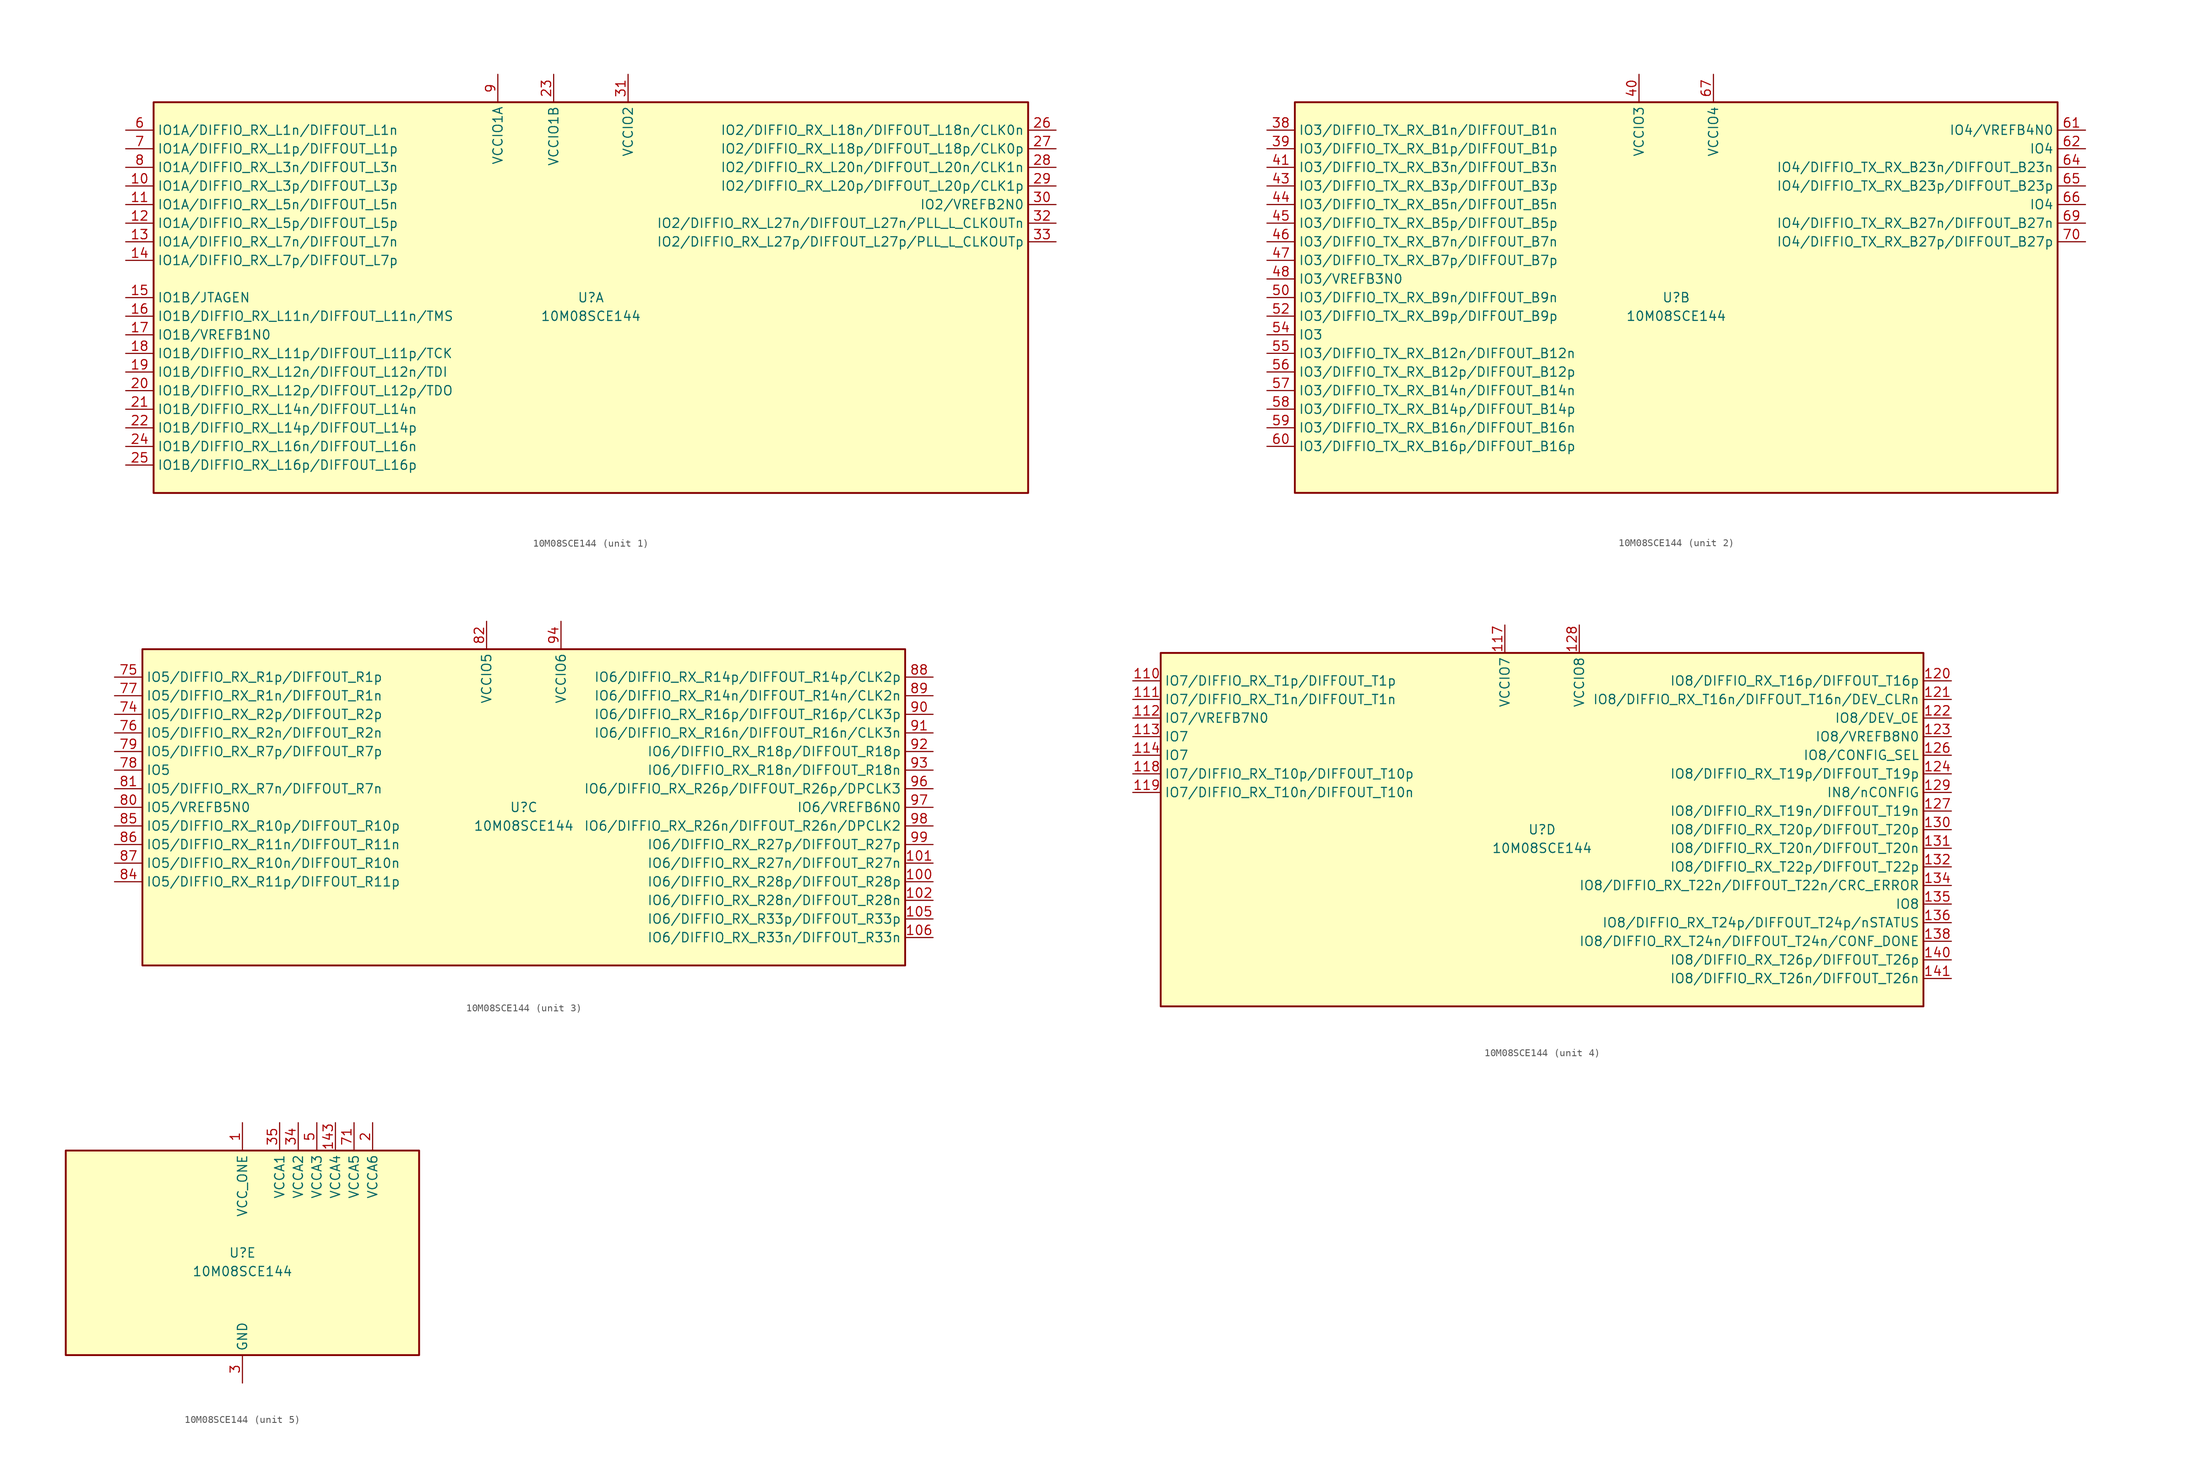
<source format=kicad_sym>
(kicad_symbol_lib
  (version 20220914)
  (generator kicad_symbol_editor)
  (symbol "10M08SCE144"
    (property "Reference" "U"
      (at 0 0 0)
      (effects (font (size 1.27 1.27))))
    (property "Value" "10M08SCE144"
      (at 0 -2.54 0)
      (effects (font (size 1.27 1.27))))
    (property "ki_locked" ""
      (at 0 0 0)
      (effects (font (size 1.27 1.27))))
    (symbol "10M08SCE144_1_1"
      (rectangle (start -59.69 26.67) (end 59.69 -26.67) (stroke (width 0.254) (type default)) (fill (type background)))
      (pin bidirectional line (at -63.5 15.24 0) (length 3.81) (name "IO1A/DIFFIO_RX_L3p/DIFFOUT_L3p" (effects (font (size 1.27 1.27)))) (number "10" (effects (font (size 1.27 1.27)))))
      (pin bidirectional line (at -63.5 12.7 0) (length 3.81) (name "IO1A/DIFFIO_RX_L5n/DIFFOUT_L5n" (effects (font (size 1.27 1.27)))) (number "11" (effects (font (size 1.27 1.27)))))
      (pin bidirectional line (at -63.5 10.16 0) (length 3.81) (name "IO1A/DIFFIO_RX_L5p/DIFFOUT_L5p" (effects (font (size 1.27 1.27)))) (number "12" (effects (font (size 1.27 1.27)))))
      (pin bidirectional line (at -63.5 7.62 0) (length 3.81) (name "IO1A/DIFFIO_RX_L7n/DIFFOUT_L7n" (effects (font (size 1.27 1.27)))) (number "13" (effects (font (size 1.27 1.27)))))
      (pin bidirectional line (at -63.5 5.08 0) (length 3.81) (name "IO1A/DIFFIO_RX_L7p/DIFFOUT_L7p" (effects (font (size 1.27 1.27)))) (number "14" (effects (font (size 1.27 1.27)))))
      (pin bidirectional line (at -63.5 0 0) (length 3.81) (name "IO1B/JTAGEN" (effects (font (size 1.27 1.27)))) (number "15" (effects (font (size 1.27 1.27)))))
      (pin bidirectional line (at -63.5 -2.54 0) (length 3.81) (name "IO1B/DIFFIO_RX_L11n/DIFFOUT_L11n/TMS" (effects (font (size 1.27 1.27)))) (number "16" (effects (font (size 1.27 1.27)))))
      (pin bidirectional line (at -63.5 -5.08 0) (length 3.81) (name "IO1B/VREFB1N0" (effects (font (size 1.27 1.27)))) (number "17" (effects (font (size 1.27 1.27)))))
      (pin bidirectional line (at -63.5 -7.62 0) (length 3.81) (name "IO1B/DIFFIO_RX_L11p/DIFFOUT_L11p/TCK" (effects (font (size 1.27 1.27)))) (number "18" (effects (font (size 1.27 1.27)))))
      (pin bidirectional line (at -63.5 -10.16 0) (length 3.81) (name "IO1B/DIFFIO_RX_L12n/DIFFOUT_L12n/TDI" (effects (font (size 1.27 1.27)))) (number "19" (effects (font (size 1.27 1.27)))))
      (pin bidirectional line (at -63.5 -12.7 0) (length 3.81) (name "IO1B/DIFFIO_RX_L12p/DIFFOUT_L12p/TDO" (effects (font (size 1.27 1.27)))) (number "20" (effects (font (size 1.27 1.27)))))
      (pin bidirectional line (at -63.5 -15.24 0) (length 3.81) (name "IO1B/DIFFIO_RX_L14n/DIFFOUT_L14n" (effects (font (size 1.27 1.27)))) (number "21" (effects (font (size 1.27 1.27)))))
      (pin bidirectional line (at -63.5 -17.78 0) (length 3.81) (name "IO1B/DIFFIO_RX_L14p/DIFFOUT_L14p" (effects (font (size 1.27 1.27)))) (number "22" (effects (font (size 1.27 1.27)))))
      (pin power_in line (at -5.08 30.48 270) (length 3.81) (name "VCCIO1B" (effects (font (size 1.27 1.27)))) (number "23" (effects (font (size 1.27 1.27)))))
      (pin bidirectional line (at -63.5 -20.32 0) (length 3.81) (name "IO1B/DIFFIO_RX_L16n/DIFFOUT_L16n" (effects (font (size 1.27 1.27)))) (number "24" (effects (font (size 1.27 1.27)))))
      (pin bidirectional line (at -63.5 -22.86 0) (length 3.81) (name "IO1B/DIFFIO_RX_L16p/DIFFOUT_L16p" (effects (font (size 1.27 1.27)))) (number "25" (effects (font (size 1.27 1.27)))))
      (pin bidirectional line (at 63.5 22.86 180) (length 3.81) (name "IO2/DIFFIO_RX_L18n/DIFFOUT_L18n/CLK0n" (effects (font (size 1.27 1.27)))) (number "26" (effects (font (size 1.27 1.27)))))
      (pin bidirectional line (at 63.5 20.32 180) (length 3.81) (name "IO2/DIFFIO_RX_L18p/DIFFOUT_L18p/CLK0p" (effects (font (size 1.27 1.27)))) (number "27" (effects (font (size 1.27 1.27)))))
      (pin bidirectional line (at 63.5 17.78 180) (length 3.81) (name "IO2/DIFFIO_RX_L20n/DIFFOUT_L20n/CLK1n" (effects (font (size 1.27 1.27)))) (number "28" (effects (font (size 1.27 1.27)))))
      (pin bidirectional line (at 63.5 15.24 180) (length 3.81) (name "IO2/DIFFIO_RX_L20p/DIFFOUT_L20p/CLK1p" (effects (font (size 1.27 1.27)))) (number "29" (effects (font (size 1.27 1.27)))))
      (pin bidirectional line (at 63.5 12.7 180) (length 3.81) (name "IO2/VREFB2N0" (effects (font (size 1.27 1.27)))) (number "30" (effects (font (size 1.27 1.27)))))
      (pin power_in line (at 5.08 30.48 270) (length 3.81) (name "VCCIO2" (effects (font (size 1.27 1.27)))) (number "31" (effects (font (size 1.27 1.27)))))
      (pin bidirectional line (at 63.5 10.16 180) (length 3.81) (name "IO2/DIFFIO_RX_L27n/DIFFOUT_L27n/PLL_L_CLKOUTn" (effects (font (size 1.27 1.27)))) (number "32" (effects (font (size 1.27 1.27)))))
      (pin bidirectional line (at 63.5 7.62 180) (length 3.81) (name "IO2/DIFFIO_RX_L27p/DIFFOUT_L27p/PLL_L_CLKOUTp" (effects (font (size 1.27 1.27)))) (number "33" (effects (font (size 1.27 1.27)))))
      (pin bidirectional line (at -63.5 22.86 0) (length 3.81) (name "IO1A/DIFFIO_RX_L1n/DIFFOUT_L1n" (effects (font (size 1.27 1.27)))) (number "6" (effects (font (size 1.27 1.27)))))
      (pin bidirectional line (at -63.5 20.32 0) (length 3.81) (name "IO1A/DIFFIO_RX_L1p/DIFFOUT_L1p" (effects (font (size 1.27 1.27)))) (number "7" (effects (font (size 1.27 1.27)))))
      (pin bidirectional line (at -63.5 17.78 0) (length 3.81) (name "IO1A/DIFFIO_RX_L3n/DIFFOUT_L3n" (effects (font (size 1.27 1.27)))) (number "8" (effects (font (size 1.27 1.27)))))
      (pin power_in line (at -12.7 30.48 270) (length 3.81) (name "VCCIO1A" (effects (font (size 1.27 1.27)))) (number "9" (effects (font (size 1.27 1.27))))))
    (symbol "10M08SCE144_2_1"
      (rectangle (start -52.07 26.67) (end 52.07 -26.67) (stroke (width 0.254) (type default)) (fill (type background)))
      (pin bidirectional line (at -55.88 22.86 0) (length 3.81) (name "IO3/DIFFIO_TX_RX_B1n/DIFFOUT_B1n" (effects (font (size 1.27 1.27)))) (number "38" (effects (font (size 1.27 1.27)))))
      (pin bidirectional line (at -55.88 20.32 0) (length 3.81) (name "IO3/DIFFIO_TX_RX_B1p/DIFFOUT_B1p" (effects (font (size 1.27 1.27)))) (number "39" (effects (font (size 1.27 1.27)))))
      (pin power_in line (at -5.08 30.48 270) (length 3.81) (name "VCCIO3" (effects (font (size 1.27 1.27)))) (number "40" (effects (font (size 1.27 1.27)))))
      (pin bidirectional line (at -55.88 17.78 0) (length 3.81) (name "IO3/DIFFIO_TX_RX_B3n/DIFFOUT_B3n" (effects (font (size 1.27 1.27)))) (number "41" (effects (font (size 1.27 1.27)))))
      (pin bidirectional line (at -55.88 15.24 0) (length 3.81) (name "IO3/DIFFIO_TX_RX_B3p/DIFFOUT_B3p" (effects (font (size 1.27 1.27)))) (number "43" (effects (font (size 1.27 1.27)))))
      (pin bidirectional line (at -55.88 12.7 0) (length 3.81) (name "IO3/DIFFIO_TX_RX_B5n/DIFFOUT_B5n" (effects (font (size 1.27 1.27)))) (number "44" (effects (font (size 1.27 1.27)))))
      (pin bidirectional line (at -55.88 10.16 0) (length 3.81) (name "IO3/DIFFIO_TX_RX_B5p/DIFFOUT_B5p" (effects (font (size 1.27 1.27)))) (number "45" (effects (font (size 1.27 1.27)))))
      (pin bidirectional line (at -55.88 7.62 0) (length 3.81) (name "IO3/DIFFIO_TX_RX_B7n/DIFFOUT_B7n" (effects (font (size 1.27 1.27)))) (number "46" (effects (font (size 1.27 1.27)))))
      (pin bidirectional line (at -55.88 5.08 0) (length 3.81) (name "IO3/DIFFIO_TX_RX_B7p/DIFFOUT_B7p" (effects (font (size 1.27 1.27)))) (number "47" (effects (font (size 1.27 1.27)))))
      (pin bidirectional line (at -55.88 2.54 0) (length 3.81) (name "IO3/VREFB3N0" (effects (font (size 1.27 1.27)))) (number "48" (effects (font (size 1.27 1.27)))))
      (pin passive line (at -5.08 30.48 270) (length 3.81) hide (name "VCCIO3" (effects (font (size 1.27 1.27)))) (number "49" (effects (font (size 1.27 1.27)))))
      (pin bidirectional line (at -55.88 0 0) (length 3.81) (name "IO3/DIFFIO_TX_RX_B9n/DIFFOUT_B9n" (effects (font (size 1.27 1.27)))) (number "50" (effects (font (size 1.27 1.27)))))
      (pin bidirectional line (at -55.88 -2.54 0) (length 3.81) (name "IO3/DIFFIO_TX_RX_B9p/DIFFOUT_B9p" (effects (font (size 1.27 1.27)))) (number "52" (effects (font (size 1.27 1.27)))))
      (pin bidirectional line (at -55.88 -5.08 0) (length 3.81) (name "IO3" (effects (font (size 1.27 1.27)))) (number "54" (effects (font (size 1.27 1.27)))))
      (pin bidirectional line (at -55.88 -7.62 0) (length 3.81) (name "IO3/DIFFIO_TX_RX_B12n/DIFFOUT_B12n" (effects (font (size 1.27 1.27)))) (number "55" (effects (font (size 1.27 1.27)))))
      (pin bidirectional line (at -55.88 -10.16 0) (length 3.81) (name "IO3/DIFFIO_TX_RX_B12p/DIFFOUT_B12p" (effects (font (size 1.27 1.27)))) (number "56" (effects (font (size 1.27 1.27)))))
      (pin bidirectional line (at -55.88 -12.7 0) (length 3.81) (name "IO3/DIFFIO_TX_RX_B14n/DIFFOUT_B14n" (effects (font (size 1.27 1.27)))) (number "57" (effects (font (size 1.27 1.27)))))
      (pin bidirectional line (at -55.88 -15.24 0) (length 3.81) (name "IO3/DIFFIO_TX_RX_B14p/DIFFOUT_B14p" (effects (font (size 1.27 1.27)))) (number "58" (effects (font (size 1.27 1.27)))))
      (pin bidirectional line (at -55.88 -17.78 0) (length 3.81) (name "IO3/DIFFIO_TX_RX_B16n/DIFFOUT_B16n" (effects (font (size 1.27 1.27)))) (number "59" (effects (font (size 1.27 1.27)))))
      (pin bidirectional line (at -55.88 -20.32 0) (length 3.81) (name "IO3/DIFFIO_TX_RX_B16p/DIFFOUT_B16p" (effects (font (size 1.27 1.27)))) (number "60" (effects (font (size 1.27 1.27)))))
      (pin bidirectional line (at 55.88 22.86 180) (length 3.81) (name "IO4/VREFB4N0" (effects (font (size 1.27 1.27)))) (number "61" (effects (font (size 1.27 1.27)))))
      (pin bidirectional line (at 55.88 20.32 180) (length 3.81) (name "IO4" (effects (font (size 1.27 1.27)))) (number "62" (effects (font (size 1.27 1.27)))))
      (pin bidirectional line (at 55.88 17.78 180) (length 3.81) (name "IO4/DIFFIO_TX_RX_B23n/DIFFOUT_B23n" (effects (font (size 1.27 1.27)))) (number "64" (effects (font (size 1.27 1.27)))))
      (pin bidirectional line (at 55.88 15.24 180) (length 3.81) (name "IO4/DIFFIO_TX_RX_B23p/DIFFOUT_B23p" (effects (font (size 1.27 1.27)))) (number "65" (effects (font (size 1.27 1.27)))))
      (pin bidirectional line (at 55.88 12.7 180) (length 3.81) (name "IO4" (effects (font (size 1.27 1.27)))) (number "66" (effects (font (size 1.27 1.27)))))
      (pin power_in line (at 5.08 30.48 270) (length 3.81) (name "VCCIO4" (effects (font (size 1.27 1.27)))) (number "67" (effects (font (size 1.27 1.27)))))
      (pin bidirectional line (at 55.88 10.16 180) (length 3.81) (name "IO4/DIFFIO_TX_RX_B27n/DIFFOUT_B27n" (effects (font (size 1.27 1.27)))) (number "69" (effects (font (size 1.27 1.27)))))
      (pin bidirectional line (at 55.88 7.62 180) (length 3.81) (name "IO4/DIFFIO_TX_RX_B27p/DIFFOUT_B27p" (effects (font (size 1.27 1.27)))) (number "70" (effects (font (size 1.27 1.27))))))
    (symbol "10M08SCE144_3_1"
      (rectangle (start -52.07 21.59) (end 52.07 -21.59) (stroke (width 0.254) (type default)) (fill (type background)))
      (pin bidirectional line (at 55.88 -10.16 180) (length 3.81) (name "IO6/DIFFIO_RX_R28p/DIFFOUT_R28p" (effects (font (size 1.27 1.27)))) (number "100" (effects (font (size 1.27 1.27)))))
      (pin bidirectional line (at 55.88 -7.62 180) (length 3.81) (name "IO6/DIFFIO_RX_R27n/DIFFOUT_R27n" (effects (font (size 1.27 1.27)))) (number "101" (effects (font (size 1.27 1.27)))))
      (pin bidirectional line (at 55.88 -12.7 180) (length 3.81) (name "IO6/DIFFIO_RX_R28n/DIFFOUT_R28n" (effects (font (size 1.27 1.27)))) (number "102" (effects (font (size 1.27 1.27)))))
      (pin passive line (at 5.08 25.4 270) (length 3.81) hide (name "VCCIO6" (effects (font (size 1.27 1.27)))) (number "103" (effects (font (size 1.27 1.27)))))
      (pin bidirectional line (at 55.88 -15.24 180) (length 3.81) (name "IO6/DIFFIO_RX_R33p/DIFFOUT_R33p" (effects (font (size 1.27 1.27)))) (number "105" (effects (font (size 1.27 1.27)))))
      (pin bidirectional line (at 55.88 -17.78 180) (length 3.81) (name "IO6/DIFFIO_RX_R33n/DIFFOUT_R33n" (effects (font (size 1.27 1.27)))) (number "106" (effects (font (size 1.27 1.27)))))
      (pin bidirectional line (at -55.88 12.7 0) (length 3.81) (name "IO5/DIFFIO_RX_R2p/DIFFOUT_R2p" (effects (font (size 1.27 1.27)))) (number "74" (effects (font (size 1.27 1.27)))))
      (pin bidirectional line (at -55.88 17.78 0) (length 3.81) (name "IO5/DIFFIO_RX_R1p/DIFFOUT_R1p" (effects (font (size 1.27 1.27)))) (number "75" (effects (font (size 1.27 1.27)))))
      (pin bidirectional line (at -55.88 10.16 0) (length 3.81) (name "IO5/DIFFIO_RX_R2n/DIFFOUT_R2n" (effects (font (size 1.27 1.27)))) (number "76" (effects (font (size 1.27 1.27)))))
      (pin bidirectional line (at -55.88 15.24 0) (length 3.81) (name "IO5/DIFFIO_RX_R1n/DIFFOUT_R1n" (effects (font (size 1.27 1.27)))) (number "77" (effects (font (size 1.27 1.27)))))
      (pin bidirectional line (at -55.88 5.08 0) (length 3.81) (name "IO5" (effects (font (size 1.27 1.27)))) (number "78" (effects (font (size 1.27 1.27)))))
      (pin bidirectional line (at -55.88 7.62 0) (length 3.81) (name "IO5/DIFFIO_RX_R7p/DIFFOUT_R7p" (effects (font (size 1.27 1.27)))) (number "79" (effects (font (size 1.27 1.27)))))
      (pin bidirectional line (at -55.88 0 0) (length 3.81) (name "IO5/VREFB5N0" (effects (font (size 1.27 1.27)))) (number "80" (effects (font (size 1.27 1.27)))))
      (pin bidirectional line (at -55.88 2.54 0) (length 3.81) (name "IO5/DIFFIO_RX_R7n/DIFFOUT_R7n" (effects (font (size 1.27 1.27)))) (number "81" (effects (font (size 1.27 1.27)))))
      (pin power_in line (at -5.08 25.4 270) (length 3.81) (name "VCCIO5" (effects (font (size 1.27 1.27)))) (number "82" (effects (font (size 1.27 1.27)))))
      (pin bidirectional line (at -55.88 -10.16 0) (length 3.81) (name "IO5/DIFFIO_RX_R11p/DIFFOUT_R11p" (effects (font (size 1.27 1.27)))) (number "84" (effects (font (size 1.27 1.27)))))
      (pin bidirectional line (at -55.88 -2.54 0) (length 3.81) (name "IO5/DIFFIO_RX_R10p/DIFFOUT_R10p" (effects (font (size 1.27 1.27)))) (number "85" (effects (font (size 1.27 1.27)))))
      (pin bidirectional line (at -55.88 -5.08 0) (length 3.81) (name "IO5/DIFFIO_RX_R11n/DIFFOUT_R11n" (effects (font (size 1.27 1.27)))) (number "86" (effects (font (size 1.27 1.27)))))
      (pin bidirectional line (at -55.88 -7.62 0) (length 3.81) (name "IO5/DIFFIO_RX_R10n/DIFFOUT_R10n" (effects (font (size 1.27 1.27)))) (number "87" (effects (font (size 1.27 1.27)))))
      (pin bidirectional line (at 55.88 17.78 180) (length 3.81) (name "IO6/DIFFIO_RX_R14p/DIFFOUT_R14p/CLK2p" (effects (font (size 1.27 1.27)))) (number "88" (effects (font (size 1.27 1.27)))))
      (pin bidirectional line (at 55.88 15.24 180) (length 3.81) (name "IO6/DIFFIO_RX_R14n/DIFFOUT_R14n/CLK2n" (effects (font (size 1.27 1.27)))) (number "89" (effects (font (size 1.27 1.27)))))
      (pin bidirectional line (at 55.88 12.7 180) (length 3.81) (name "IO6/DIFFIO_RX_R16p/DIFFOUT_R16p/CLK3p" (effects (font (size 1.27 1.27)))) (number "90" (effects (font (size 1.27 1.27)))))
      (pin bidirectional line (at 55.88 10.16 180) (length 3.81) (name "IO6/DIFFIO_RX_R16n/DIFFOUT_R16n/CLK3n" (effects (font (size 1.27 1.27)))) (number "91" (effects (font (size 1.27 1.27)))))
      (pin bidirectional line (at 55.88 7.62 180) (length 3.81) (name "IO6/DIFFIO_RX_R18p/DIFFOUT_R18p" (effects (font (size 1.27 1.27)))) (number "92" (effects (font (size 1.27 1.27)))))
      (pin bidirectional line (at 55.88 5.08 180) (length 3.81) (name "IO6/DIFFIO_RX_R18n/DIFFOUT_R18n" (effects (font (size 1.27 1.27)))) (number "93" (effects (font (size 1.27 1.27)))))
      (pin power_in line (at 5.08 25.4 270) (length 3.81) (name "VCCIO6" (effects (font (size 1.27 1.27)))) (number "94" (effects (font (size 1.27 1.27)))))
      (pin bidirectional line (at 55.88 2.54 180) (length 3.81) (name "IO6/DIFFIO_RX_R26p/DIFFOUT_R26p/DPCLK3" (effects (font (size 1.27 1.27)))) (number "96" (effects (font (size 1.27 1.27)))))
      (pin bidirectional line (at 55.88 0 180) (length 3.81) (name "IO6/VREFB6N0" (effects (font (size 1.27 1.27)))) (number "97" (effects (font (size 1.27 1.27)))))
      (pin bidirectional line (at 55.88 -2.54 180) (length 3.81) (name "IO6/DIFFIO_RX_R26n/DIFFOUT_R26n/DPCLK2" (effects (font (size 1.27 1.27)))) (number "98" (effects (font (size 1.27 1.27)))))
      (pin bidirectional line (at 55.88 -5.08 180) (length 3.81) (name "IO6/DIFFIO_RX_R27p/DIFFOUT_R27p" (effects (font (size 1.27 1.27)))) (number "99" (effects (font (size 1.27 1.27))))))
    (symbol "10M08SCE144_4_1"
      (rectangle (start -52.07 24.13) (end 52.07 -24.13) (stroke (width 0.254) (type default)) (fill (type background)))
      (pin bidirectional line (at -55.88 20.32 0) (length 3.81) (name "IO7/DIFFIO_RX_T1p/DIFFOUT_T1p" (effects (font (size 1.27 1.27)))) (number "110" (effects (font (size 1.27 1.27)))))
      (pin bidirectional line (at -55.88 17.78 0) (length 3.81) (name "IO7/DIFFIO_RX_T1n/DIFFOUT_T1n" (effects (font (size 1.27 1.27)))) (number "111" (effects (font (size 1.27 1.27)))))
      (pin bidirectional line (at -55.88 15.24 0) (length 3.81) (name "IO7/VREFB7N0" (effects (font (size 1.27 1.27)))) (number "112" (effects (font (size 1.27 1.27)))))
      (pin bidirectional line (at -55.88 12.7 0) (length 3.81) (name "IO7" (effects (font (size 1.27 1.27)))) (number "113" (effects (font (size 1.27 1.27)))))
      (pin bidirectional line (at -55.88 10.16 0) (length 3.81) (name "IO7" (effects (font (size 1.27 1.27)))) (number "114" (effects (font (size 1.27 1.27)))))
      (pin power_in line (at -5.08 27.94 270) (length 3.81) (name "VCCIO7" (effects (font (size 1.27 1.27)))) (number "117" (effects (font (size 1.27 1.27)))))
      (pin bidirectional line (at -55.88 7.62 0) (length 3.81) (name "IO7/DIFFIO_RX_T10p/DIFFOUT_T10p" (effects (font (size 1.27 1.27)))) (number "118" (effects (font (size 1.27 1.27)))))
      (pin bidirectional line (at -55.88 5.08 0) (length 3.81) (name "IO7/DIFFIO_RX_T10n/DIFFOUT_T10n" (effects (font (size 1.27 1.27)))) (number "119" (effects (font (size 1.27 1.27)))))
      (pin bidirectional line (at 55.88 20.32 180) (length 3.81) (name "IO8/DIFFIO_RX_T16p/DIFFOUT_T16p" (effects (font (size 1.27 1.27)))) (number "120" (effects (font (size 1.27 1.27)))))
      (pin bidirectional line (at 55.88 17.78 180) (length 3.81) (name "IO8/DIFFIO_RX_T16n/DIFFOUT_T16n/DEV_CLRn" (effects (font (size 1.27 1.27)))) (number "121" (effects (font (size 1.27 1.27)))))
      (pin bidirectional line (at 55.88 15.24 180) (length 3.81) (name "IO8/DEV_OE" (effects (font (size 1.27 1.27)))) (number "122" (effects (font (size 1.27 1.27)))))
      (pin bidirectional line (at 55.88 12.7 180) (length 3.81) (name "IO8/VREFB8N0" (effects (font (size 1.27 1.27)))) (number "123" (effects (font (size 1.27 1.27)))))
      (pin bidirectional line (at 55.88 7.62 180) (length 3.81) (name "IO8/DIFFIO_RX_T19p/DIFFOUT_T19p" (effects (font (size 1.27 1.27)))) (number "124" (effects (font (size 1.27 1.27)))))
      (pin bidirectional line (at 55.88 10.16 180) (length 3.81) (name "IO8/CONFIG_SEL" (effects (font (size 1.27 1.27)))) (number "126" (effects (font (size 1.27 1.27)))))
      (pin bidirectional line (at 55.88 2.54 180) (length 3.81) (name "IO8/DIFFIO_RX_T19n/DIFFOUT_T19n" (effects (font (size 1.27 1.27)))) (number "127" (effects (font (size 1.27 1.27)))))
      (pin power_in line (at 5.08 27.94 270) (length 3.81) (name "VCCIO8" (effects (font (size 1.27 1.27)))) (number "128" (effects (font (size 1.27 1.27)))))
      (pin input line (at 55.88 5.08 180) (length 3.81) (name "IN8/nCONFIG" (effects (font (size 1.27 1.27)))) (number "129" (effects (font (size 1.27 1.27)))))
      (pin bidirectional line (at 55.88 0 180) (length 3.81) (name "IO8/DIFFIO_RX_T20p/DIFFOUT_T20p" (effects (font (size 1.27 1.27)))) (number "130" (effects (font (size 1.27 1.27)))))
      (pin bidirectional line (at 55.88 -2.54 180) (length 3.81) (name "IO8/DIFFIO_RX_T20n/DIFFOUT_T20n" (effects (font (size 1.27 1.27)))) (number "131" (effects (font (size 1.27 1.27)))))
      (pin bidirectional line (at 55.88 -5.08 180) (length 3.81) (name "IO8/DIFFIO_RX_T22p/DIFFOUT_T22p" (effects (font (size 1.27 1.27)))) (number "132" (effects (font (size 1.27 1.27)))))
      (pin bidirectional line (at 55.88 -7.62 180) (length 3.81) (name "IO8/DIFFIO_RX_T22n/DIFFOUT_T22n/CRC_ERROR" (effects (font (size 1.27 1.27)))) (number "134" (effects (font (size 1.27 1.27)))))
      (pin bidirectional line (at 55.88 -10.16 180) (length 3.81) (name "IO8" (effects (font (size 1.27 1.27)))) (number "135" (effects (font (size 1.27 1.27)))))
      (pin bidirectional line (at 55.88 -12.7 180) (length 3.81) (name "IO8/DIFFIO_RX_T24p/DIFFOUT_T24p/nSTATUS" (effects (font (size 1.27 1.27)))) (number "136" (effects (font (size 1.27 1.27)))))
      (pin bidirectional line (at 55.88 -15.24 180) (length 3.81) (name "IO8/DIFFIO_RX_T24n/DIFFOUT_T24n/CONF_DONE" (effects (font (size 1.27 1.27)))) (number "138" (effects (font (size 1.27 1.27)))))
      (pin passive line (at 5.08 27.94 270) (length 3.81) hide (name "VCCIO8" (effects (font (size 1.27 1.27)))) (number "139" (effects (font (size 1.27 1.27)))))
      (pin bidirectional line (at 55.88 -17.78 180) (length 3.81) (name "IO8/DIFFIO_RX_T26p/DIFFOUT_T26p" (effects (font (size 1.27 1.27)))) (number "140" (effects (font (size 1.27 1.27)))))
      (pin bidirectional line (at 55.88 -20.32 180) (length 3.81) (name "IO8/DIFFIO_RX_T26n/DIFFOUT_T26n" (effects (font (size 1.27 1.27)))) (number "141" (effects (font (size 1.27 1.27))))))
    (symbol "10M08SCE144_5_1"
      (rectangle (start -24.13 13.97) (end 24.13 -13.97) (stroke (width 0.254) (type default)) (fill (type background)))
      (pin power_in line (at 0 17.78 270) (length 3.81) (name "VCC_ONE" (effects (font (size 1.27 1.27)))) (number "1" (effects (font (size 1.27 1.27)))))
      (pin passive line (at 0 -17.78 90) (length 3.81) hide (name "GND" (effects (font (size 1.27 1.27)))) (number "104" (effects (font (size 1.27 1.27)))))
      (pin passive line (at 10.16 17.78 270) (length 3.81) hide (name "VCCA3" (effects (font (size 1.27 1.27)))) (number "107" (effects (font (size 1.27 1.27)))))
      (pin passive line (at 0 17.78 270) (length 3.81) hide (name "VCC_ONE" (effects (font (size 1.27 1.27)))) (number "108" (effects (font (size 1.27 1.27)))))
      (pin passive line (at 0 17.78 270) (length 3.81) hide (name "VCC_ONE" (effects (font (size 1.27 1.27)))) (number "109" (effects (font (size 1.27 1.27)))))
      (pin passive line (at 0 17.78 270) (length 3.81) hide (name "VCC_ONE" (effects (font (size 1.27 1.27)))) (number "115" (effects (font (size 1.27 1.27)))))
      (pin passive line (at 0 -17.78 90) (length 3.81) hide (name "GND" (effects (font (size 1.27 1.27)))) (number "116" (effects (font (size 1.27 1.27)))))
      (pin passive line (at 0 -17.78 90) (length 3.81) hide (name "GND" (effects (font (size 1.27 1.27)))) (number "125" (effects (font (size 1.27 1.27)))))
      (pin passive line (at 0 -17.78 90) (length 3.81) hide (name "GND" (effects (font (size 1.27 1.27)))) (number "133" (effects (font (size 1.27 1.27)))))
      (pin passive line (at 0 -17.78 90) (length 3.81) hide (name "GND" (effects (font (size 1.27 1.27)))) (number "137" (effects (font (size 1.27 1.27)))))
      (pin passive line (at 0 -17.78 90) (length 3.81) hide (name "GND" (effects (font (size 1.27 1.27)))) (number "142" (effects (font (size 1.27 1.27)))))
      (pin power_in line (at 12.7 17.78 270) (length 3.81) (name "VCCA4" (effects (font (size 1.27 1.27)))) (number "143" (effects (font (size 1.27 1.27)))))
      (pin passive line (at 0 17.78 270) (length 3.81) hide (name "VCC_ONE" (effects (font (size 1.27 1.27)))) (number "144" (effects (font (size 1.27 1.27)))))
      (pin passive line (at 0 -17.78 90) (length 3.81) hide (name "GND" (effects (font (size 1.27 1.27)))) (number "145" (effects (font (size 1.27 1.27)))))
      (pin power_in line (at 17.78 17.78 270) (length 3.81) (name "VCCA6" (effects (font (size 1.27 1.27)))) (number "2" (effects (font (size 1.27 1.27)))))
      (pin power_in line (at 0 -17.78 90) (length 3.81) (name "GND" (effects (font (size 1.27 1.27)))) (number "3" (effects (font (size 1.27 1.27)))))
      (pin power_in line (at 7.62 17.78 270) (length 3.81) (name "VCCA2" (effects (font (size 1.27 1.27)))) (number "34" (effects (font (size 1.27 1.27)))))
      (pin power_in line (at 5.08 17.78 270) (length 3.81) (name "VCCA1" (effects (font (size 1.27 1.27)))) (number "35" (effects (font (size 1.27 1.27)))))
      (pin passive line (at 0 17.78 270) (length 3.81) hide (name "VCC_ONE" (effects (font (size 1.27 1.27)))) (number "36" (effects (font (size 1.27 1.27)))))
      (pin passive line (at 0 17.78 270) (length 3.81) hide (name "VCC_ONE" (effects (font (size 1.27 1.27)))) (number "37" (effects (font (size 1.27 1.27)))))
      (pin passive line (at 0 -17.78 90) (length 3.81) hide (name "GND" (effects (font (size 1.27 1.27)))) (number "4" (effects (font (size 1.27 1.27)))))
      (pin passive line (at 0 -17.78 90) (length 3.81) hide (name "GND" (effects (font (size 1.27 1.27)))) (number "42" (effects (font (size 1.27 1.27)))))
      (pin power_in line (at 10.16 17.78 270) (length 3.81) (name "VCCA3" (effects (font (size 1.27 1.27)))) (number "5" (effects (font (size 1.27 1.27)))))
      (pin passive line (at 0 17.78 270) (length 3.81) hide (name "VCC_ONE" (effects (font (size 1.27 1.27)))) (number "51" (effects (font (size 1.27 1.27)))))
      (pin passive line (at 0 -17.78 90) (length 3.81) hide (name "GND" (effects (font (size 1.27 1.27)))) (number "53" (effects (font (size 1.27 1.27)))))
      (pin passive line (at 0 -17.78 90) (length 3.81) hide (name "GND" (effects (font (size 1.27 1.27)))) (number "63" (effects (font (size 1.27 1.27)))))
      (pin passive line (at 0 -17.78 90) (length 3.81) hide (name "GND" (effects (font (size 1.27 1.27)))) (number "68" (effects (font (size 1.27 1.27)))))
      (pin power_in line (at 15.24 17.78 270) (length 3.81) (name "VCCA5" (effects (font (size 1.27 1.27)))) (number "71" (effects (font (size 1.27 1.27)))))
      (pin passive line (at 0 17.78 270) (length 3.81) hide (name "VCC_ONE" (effects (font (size 1.27 1.27)))) (number "72" (effects (font (size 1.27 1.27)))))
      (pin passive line (at 0 17.78 270) (length 3.81) hide (name "VCC_ONE" (effects (font (size 1.27 1.27)))) (number "73" (effects (font (size 1.27 1.27)))))
      (pin passive line (at 0 -17.78 90) (length 3.81) hide (name "GND" (effects (font (size 1.27 1.27)))) (number "83" (effects (font (size 1.27 1.27)))))
      (pin passive line (at 0 -17.78 90) (length 3.81) hide (name "GND" (effects (font (size 1.27 1.27)))) (number "95" (effects (font (size 1.27 1.27))))))))
</source>
